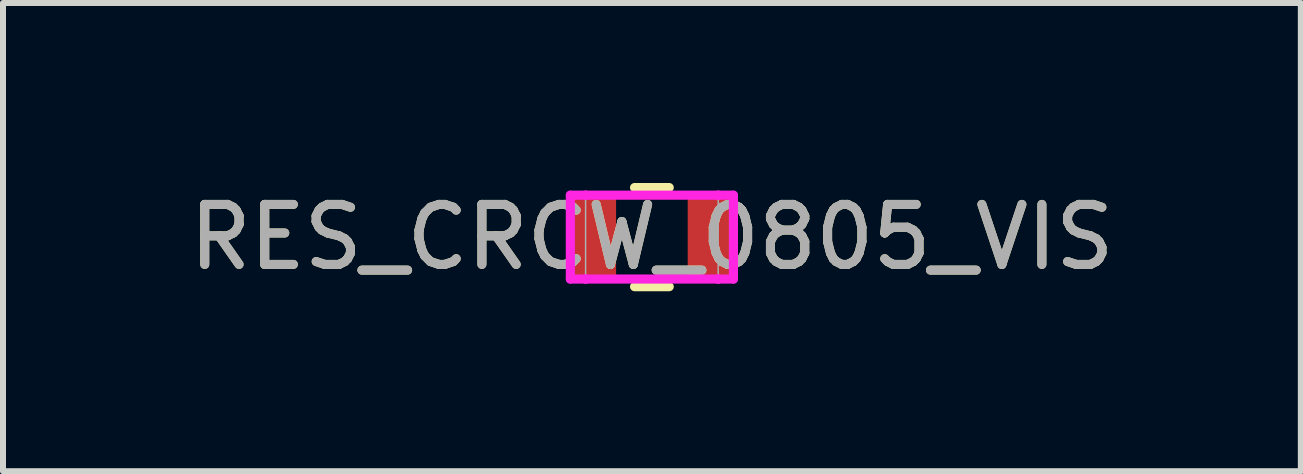
<source format=kicad_pcb>
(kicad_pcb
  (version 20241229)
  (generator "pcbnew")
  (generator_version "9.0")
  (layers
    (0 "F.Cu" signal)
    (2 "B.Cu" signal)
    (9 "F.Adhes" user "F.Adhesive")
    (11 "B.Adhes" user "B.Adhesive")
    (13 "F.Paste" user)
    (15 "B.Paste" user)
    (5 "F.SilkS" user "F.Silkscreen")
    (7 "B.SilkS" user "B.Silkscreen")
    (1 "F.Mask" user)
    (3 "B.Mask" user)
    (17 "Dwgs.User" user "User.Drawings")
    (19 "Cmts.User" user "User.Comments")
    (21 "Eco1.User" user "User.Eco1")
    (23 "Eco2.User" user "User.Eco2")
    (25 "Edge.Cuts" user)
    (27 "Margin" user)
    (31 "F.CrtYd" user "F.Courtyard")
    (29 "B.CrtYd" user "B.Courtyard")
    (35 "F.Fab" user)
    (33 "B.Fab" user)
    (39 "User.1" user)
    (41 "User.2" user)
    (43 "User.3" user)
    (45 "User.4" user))
  (footprint "RES_CRCW_0805_VIS"
    (layer "F.Cu")
    (at 7.815 0.902)
    (property "Reference" "RES_CRCW_0805_VIS" (at 0 0 0) (unlocked yes) (layer "F.SilkS") (effects (font (size 1 1) (thickness 0.15))))
    (attr smd)
    (fp_line (start -0.289 0.826) (end 0.289 0.826) (stroke (width 0.152) (type solid)) (layer "F.SilkS"))
    (fp_line (start 0.289 -0.826) (end -0.289 -0.826) (stroke (width 0.152) (type solid)) (layer "F.SilkS"))
    (fp_line (start -1.359 -0.699) (end -1.105 -0.699) (stroke (width 0.152) (type solid)) (layer "F.CrtYd"))
    (fp_line (start -1.359 0.699) (end -1.359 -0.699) (stroke (width 0.152) (type solid)) (layer "F.CrtYd"))
    (fp_line (start -1.105 -0.699) (end -1.105 -0.699) (stroke (width 0.152) (type solid)) (layer "F.CrtYd"))
    (fp_line (start -1.105 -0.699) (end 1.105 -0.699) (stroke (width 0.152) (type solid)) (layer "F.CrtYd"))
    (fp_line (start -1.105 0.699) (end -1.359 0.699) (stroke (width 0.152) (type solid)) (layer "F.CrtYd"))
    (fp_line (start -1.105 0.699) (end -1.105 0.699) (stroke (width 0.152) (type solid)) (layer "F.CrtYd"))
    (fp_line (start 1.105 -0.699) (end 1.105 -0.699) (stroke (width 0.152) (type solid)) (layer "F.CrtYd"))
    (fp_line (start 1.105 -0.699) (end 1.359 -0.699) (stroke (width 0.152) (type solid)) (layer "F.CrtYd"))
    (fp_line (start 1.105 0.699) (end -1.105 0.699) (stroke (width 0.152) (type solid)) (layer "F.CrtYd"))
    (fp_line (start 1.105 0.699) (end 1.105 0.699) (stroke (width 0.152) (type solid)) (layer "F.CrtYd"))
    (fp_line (start 1.359 -0.699) (end 1.359 0.699) (stroke (width 0.152) (type solid)) (layer "F.CrtYd"))
    (fp_line (start 1.359 0.699) (end 1.105 0.699) (stroke (width 0.152) (type solid)) (layer "F.CrtYd"))
    (fp_line (start -1.105 -0.699) (end -1.105 0.699) (stroke (width 0.025) (type solid)) (layer "F.Fab"))
    (fp_line (start -1.105 0.699) (end 1.105 0.699) (stroke (width 0.025) (type solid)) (layer "F.Fab"))
    (fp_line (start 1.105 -0.699) (end -1.105 -0.699) (stroke (width 0.025) (type solid)) (layer "F.Fab"))
    (fp_line (start 1.105 0.699) (end 1.105 -0.699) (stroke (width 0.025) (type solid)) (layer "F.Fab"))
    (fp_text user "${REFERENCE}" (at 0 0 0) (unlocked yes) (layer "F.Fab") (effects (font (size 1 1) (thickness 0.15))))
    (pad "1" smd rect (at -0.978 0 90) (size 1.397 0.762) (layers "F.Cu" "F.Mask" "F.Paste"))
    (pad "2" smd rect (at 0.978 0 90) (size 1.397 0.762) (layers "F.Cu" "F.Mask" "F.Paste"))
    (zone (net_name "") (layer "F.Cu") (hatch full 0.508) (connect_pads) (min_thickness 0.254) (filled_areas_thickness no) (keepout (tracks not_allowed) (vias not_allowed) (pads allowed) (copperpour not_allowed) (footprints allowed)) (placement (enabled no)) (fill) (polygon (pts (xy 6.761 0.254) (xy 8.87 0.254) (xy 8.87 0.152) (xy 6.761 0.152))))
    (zone (net_name "") (layer "F.Cu") (hatch full 0.508) (connect_pads) (min_thickness 0.254) (filled_areas_thickness no) (keepout (tracks not_allowed) (vias not_allowed) (pads allowed) (copperpour not_allowed) (footprints allowed)) (placement (enabled no)) (fill) (polygon (pts (xy 6.761 1.651) (xy 8.87 1.651) (xy 8.87 1.549) (xy 6.761 1.549))))
    (zone (net_name "") (layer "F.Cu") (hatch full 0.508) (connect_pads) (min_thickness 0.254) (filled_areas_thickness no) (keepout (tracks not_allowed) (vias not_allowed) (pads allowed) (copperpour not_allowed) (footprints allowed)) (placement (enabled no)) (fill) (polygon (pts (xy 7.269 0.152) (xy 8.362 0.152) (xy 8.362 1.651) (xy 7.269 1.651)))))
  (gr_rect
    (start -3 -3)
    (end 18.631 4.803)
    (stroke (width 0.1) (type default))
    (fill no)
    (layer "Edge.Cuts")))
</source>
